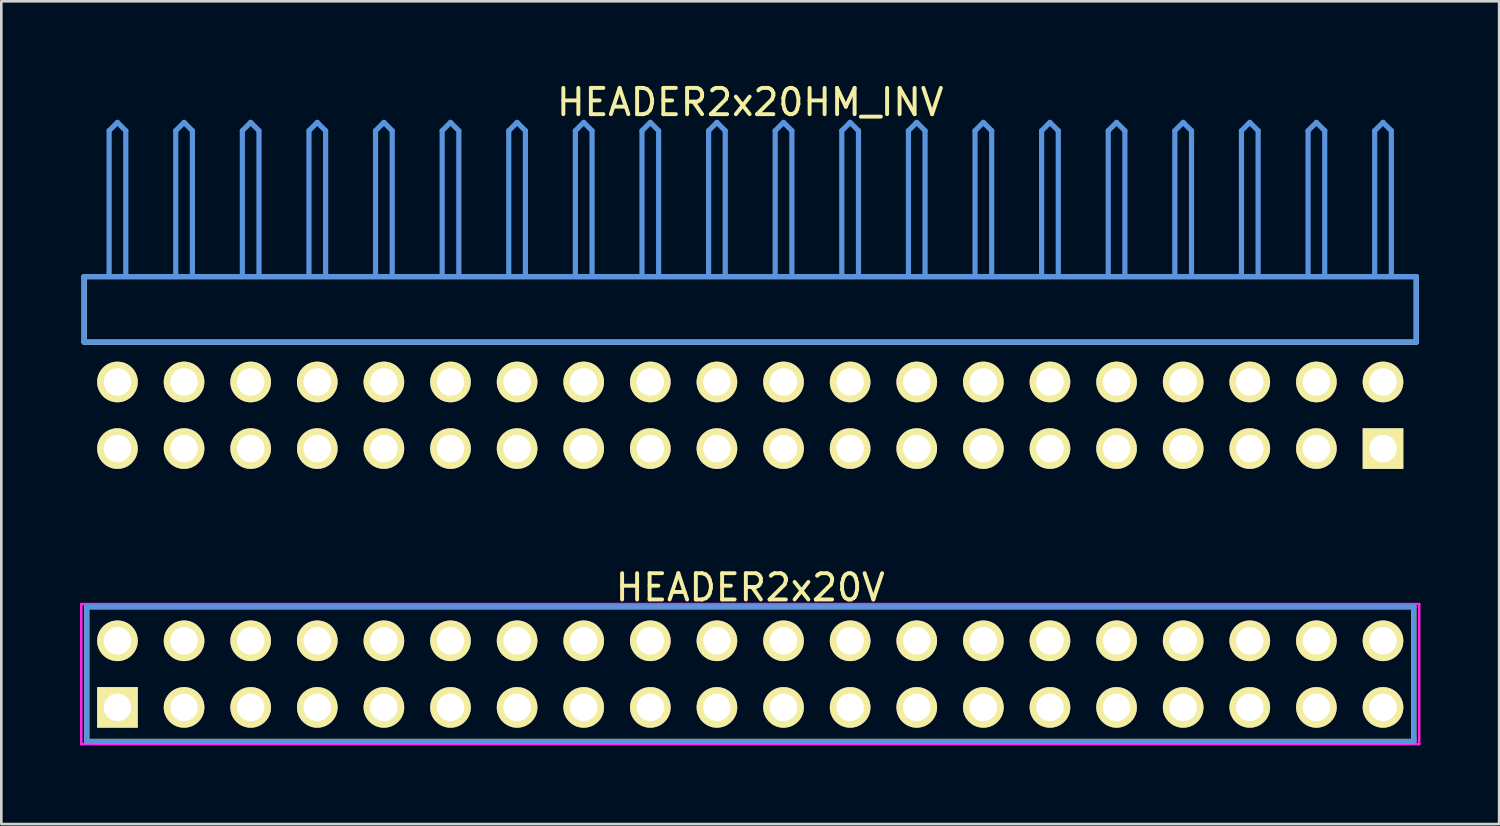
<source format=kicad_pcb>
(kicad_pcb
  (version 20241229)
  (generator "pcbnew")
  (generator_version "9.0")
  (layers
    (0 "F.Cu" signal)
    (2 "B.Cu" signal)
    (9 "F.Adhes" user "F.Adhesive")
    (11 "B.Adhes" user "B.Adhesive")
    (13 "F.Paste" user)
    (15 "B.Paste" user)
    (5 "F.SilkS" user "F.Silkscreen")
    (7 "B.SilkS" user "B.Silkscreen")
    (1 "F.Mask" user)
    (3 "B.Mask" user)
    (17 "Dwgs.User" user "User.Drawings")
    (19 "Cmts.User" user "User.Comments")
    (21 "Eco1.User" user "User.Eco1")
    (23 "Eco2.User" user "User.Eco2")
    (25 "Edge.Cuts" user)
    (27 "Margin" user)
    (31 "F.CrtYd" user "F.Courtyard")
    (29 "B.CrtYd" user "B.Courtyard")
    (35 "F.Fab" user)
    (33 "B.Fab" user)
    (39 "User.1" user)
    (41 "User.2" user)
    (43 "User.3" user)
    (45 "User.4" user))
  (footprint "HEADER2x20HM_INV"
    (layer "F.Cu")
    (at 1.429 14.056)
    (property "Reference" "HEADER2x20HM_INV" (at 24.13 -13.208 0) (layer "F.SilkS") (effects (font (size 1.001 1.001) (thickness 0.15))))
    (attr through_hole)
    (fp_line (start -1.27 -6.558) (end -1.27 -4.059) (stroke (width 0.198) (type solid)) (layer "F.SilkS"))
    (fp_line (start -1.27 -4.059) (end 49.53 -4.059) (stroke (width 0.198) (type solid)) (layer "F.SilkS"))
    (fp_line (start 49.53 -6.558) (end -1.27 -6.558) (stroke (width 0.198) (type solid)) (layer "F.SilkS"))
    (fp_line (start 49.53 -4.059) (end 49.53 -6.558) (stroke (width 0.198) (type solid)) (layer "F.SilkS"))
    (fp_line (start -1.27 -6.558) (end -1.27 -4.059) (stroke (width 0.198) (type solid)) (layer "Cmts.User"))
    (fp_line (start -1.27 -4.059) (end 49.53 -4.059) (stroke (width 0.198) (type solid)) (layer "Cmts.User"))
    (fp_line (start -0.318 -12.121) (end 0 -12.438) (stroke (width 0.198) (type solid)) (layer "Cmts.User"))
    (fp_line (start -0.318 -6.599) (end -0.318 -12.121) (stroke (width 0.198) (type solid)) (layer "Cmts.User"))
    (fp_line (start 0.318 -12.121) (end 0 -12.438) (stroke (width 0.198) (type solid)) (layer "Cmts.User"))
    (fp_line (start 0.318 -6.599) (end 0.318 -12.121) (stroke (width 0.198) (type solid)) (layer "Cmts.User"))
    (fp_line (start 2.223 -12.121) (end 2.54 -12.438) (stroke (width 0.198) (type solid)) (layer "Cmts.User"))
    (fp_line (start 2.223 -6.599) (end 2.223 -12.121) (stroke (width 0.198) (type solid)) (layer "Cmts.User"))
    (fp_line (start 2.857 -12.121) (end 2.54 -12.438) (stroke (width 0.198) (type solid)) (layer "Cmts.User"))
    (fp_line (start 2.857 -6.599) (end 2.857 -12.121) (stroke (width 0.198) (type solid)) (layer "Cmts.User"))
    (fp_line (start 4.763 -12.121) (end 5.08 -12.438) (stroke (width 0.198) (type solid)) (layer "Cmts.User"))
    (fp_line (start 4.763 -6.599) (end 4.763 -12.121) (stroke (width 0.198) (type solid)) (layer "Cmts.User"))
    (fp_line (start 5.397 -12.121) (end 5.08 -12.438) (stroke (width 0.198) (type solid)) (layer "Cmts.User"))
    (fp_line (start 5.397 -6.599) (end 5.397 -12.121) (stroke (width 0.198) (type solid)) (layer "Cmts.User"))
    (fp_line (start 7.303 -12.121) (end 7.62 -12.438) (stroke (width 0.198) (type solid)) (layer "Cmts.User"))
    (fp_line (start 7.303 -6.599) (end 7.303 -12.121) (stroke (width 0.198) (type solid)) (layer "Cmts.User"))
    (fp_line (start 7.938 -12.121) (end 7.62 -12.438) (stroke (width 0.198) (type solid)) (layer "Cmts.User"))
    (fp_line (start 7.938 -6.599) (end 7.938 -12.121) (stroke (width 0.198) (type solid)) (layer "Cmts.User"))
    (fp_line (start 9.842 -12.121) (end 10.16 -12.438) (stroke (width 0.198) (type solid)) (layer "Cmts.User"))
    (fp_line (start 9.842 -6.599) (end 9.842 -12.121) (stroke (width 0.198) (type solid)) (layer "Cmts.User"))
    (fp_line (start 10.477 -12.121) (end 10.16 -12.438) (stroke (width 0.198) (type solid)) (layer "Cmts.User"))
    (fp_line (start 10.477 -6.599) (end 10.477 -12.121) (stroke (width 0.198) (type solid)) (layer "Cmts.User"))
    (fp_line (start 12.383 -12.121) (end 12.7 -12.438) (stroke (width 0.198) (type solid)) (layer "Cmts.User"))
    (fp_line (start 12.383 -6.599) (end 12.383 -12.121) (stroke (width 0.198) (type solid)) (layer "Cmts.User"))
    (fp_line (start 13.018 -12.121) (end 12.7 -12.438) (stroke (width 0.198) (type solid)) (layer "Cmts.User"))
    (fp_line (start 13.018 -6.599) (end 13.018 -12.121) (stroke (width 0.198) (type solid)) (layer "Cmts.User"))
    (fp_line (start 14.922 -12.121) (end 15.24 -12.438) (stroke (width 0.198) (type solid)) (layer "Cmts.User"))
    (fp_line (start 14.922 -6.599) (end 14.922 -12.121) (stroke (width 0.198) (type solid)) (layer "Cmts.User"))
    (fp_line (start 15.557 -12.121) (end 15.24 -12.438) (stroke (width 0.198) (type solid)) (layer "Cmts.User"))
    (fp_line (start 15.557 -6.599) (end 15.557 -12.121) (stroke (width 0.198) (type solid)) (layer "Cmts.User"))
    (fp_line (start 17.462 -12.121) (end 17.78 -12.438) (stroke (width 0.198) (type solid)) (layer "Cmts.User"))
    (fp_line (start 17.462 -6.599) (end 17.462 -12.121) (stroke (width 0.198) (type solid)) (layer "Cmts.User"))
    (fp_line (start 18.098 -12.121) (end 17.78 -12.438) (stroke (width 0.198) (type solid)) (layer "Cmts.User"))
    (fp_line (start 18.098 -6.599) (end 18.098 -12.121) (stroke (width 0.198) (type solid)) (layer "Cmts.User"))
    (fp_line (start 20.003 -12.121) (end 20.32 -12.438) (stroke (width 0.198) (type solid)) (layer "Cmts.User"))
    (fp_line (start 20.003 -6.599) (end 20.003 -12.121) (stroke (width 0.198) (type solid)) (layer "Cmts.User"))
    (fp_line (start 20.637 -12.121) (end 20.32 -12.438) (stroke (width 0.198) (type solid)) (layer "Cmts.User"))
    (fp_line (start 20.637 -6.599) (end 20.637 -12.121) (stroke (width 0.198) (type solid)) (layer "Cmts.User"))
    (fp_line (start 22.543 -12.121) (end 22.86 -12.438) (stroke (width 0.198) (type solid)) (layer "Cmts.User"))
    (fp_line (start 22.543 -6.599) (end 22.543 -12.121) (stroke (width 0.198) (type solid)) (layer "Cmts.User"))
    (fp_line (start 23.177 -12.121) (end 22.86 -12.438) (stroke (width 0.198) (type solid)) (layer "Cmts.User"))
    (fp_line (start 23.177 -6.599) (end 23.177 -12.121) (stroke (width 0.198) (type solid)) (layer "Cmts.User"))
    (fp_line (start 25.082 -12.121) (end 25.4 -12.438) (stroke (width 0.198) (type solid)) (layer "Cmts.User"))
    (fp_line (start 25.082 -6.599) (end 25.082 -12.121) (stroke (width 0.198) (type solid)) (layer "Cmts.User"))
    (fp_line (start 25.718 -12.121) (end 25.4 -12.438) (stroke (width 0.198) (type solid)) (layer "Cmts.User"))
    (fp_line (start 25.718 -6.599) (end 25.718 -12.121) (stroke (width 0.198) (type solid)) (layer "Cmts.User"))
    (fp_line (start 27.622 -12.121) (end 27.94 -12.438) (stroke (width 0.198) (type solid)) (layer "Cmts.User"))
    (fp_line (start 27.622 -6.599) (end 27.622 -12.121) (stroke (width 0.198) (type solid)) (layer "Cmts.User"))
    (fp_line (start 28.258 -12.121) (end 27.94 -12.438) (stroke (width 0.198) (type solid)) (layer "Cmts.User"))
    (fp_line (start 28.258 -6.599) (end 28.258 -12.121) (stroke (width 0.198) (type solid)) (layer "Cmts.User"))
    (fp_line (start 30.163 -12.121) (end 30.48 -12.438) (stroke (width 0.198) (type solid)) (layer "Cmts.User"))
    (fp_line (start 30.163 -6.599) (end 30.163 -12.121) (stroke (width 0.198) (type solid)) (layer "Cmts.User"))
    (fp_line (start 30.797 -12.121) (end 30.48 -12.438) (stroke (width 0.198) (type solid)) (layer "Cmts.User"))
    (fp_line (start 30.797 -6.599) (end 30.797 -12.121) (stroke (width 0.198) (type solid)) (layer "Cmts.User"))
    (fp_line (start 32.703 -12.121) (end 33.02 -12.438) (stroke (width 0.198) (type solid)) (layer "Cmts.User"))
    (fp_line (start 32.703 -6.599) (end 32.703 -12.121) (stroke (width 0.198) (type solid)) (layer "Cmts.User"))
    (fp_line (start 33.337 -12.121) (end 33.02 -12.438) (stroke (width 0.198) (type solid)) (layer "Cmts.User"))
    (fp_line (start 33.337 -6.599) (end 33.337 -12.121) (stroke (width 0.198) (type solid)) (layer "Cmts.User"))
    (fp_line (start 35.242 -12.121) (end 35.56 -12.438) (stroke (width 0.198) (type solid)) (layer "Cmts.User"))
    (fp_line (start 35.242 -6.599) (end 35.242 -12.121) (stroke (width 0.198) (type solid)) (layer "Cmts.User"))
    (fp_line (start 35.877 -12.121) (end 35.56 -12.438) (stroke (width 0.198) (type solid)) (layer "Cmts.User"))
    (fp_line (start 35.877 -6.599) (end 35.877 -12.121) (stroke (width 0.198) (type solid)) (layer "Cmts.User"))
    (fp_line (start 37.782 -12.121) (end 38.1 -12.438) (stroke (width 0.198) (type solid)) (layer "Cmts.User"))
    (fp_line (start 37.782 -6.599) (end 37.782 -12.121) (stroke (width 0.198) (type solid)) (layer "Cmts.User"))
    (fp_line (start 38.417 -12.121) (end 38.1 -12.438) (stroke (width 0.198) (type solid)) (layer "Cmts.User"))
    (fp_line (start 38.417 -6.599) (end 38.417 -12.121) (stroke (width 0.198) (type solid)) (layer "Cmts.User"))
    (fp_line (start 40.322 -12.121) (end 40.64 -12.438) (stroke (width 0.198) (type solid)) (layer "Cmts.User"))
    (fp_line (start 40.322 -6.599) (end 40.322 -12.121) (stroke (width 0.198) (type solid)) (layer "Cmts.User"))
    (fp_line (start 40.958 -12.121) (end 40.64 -12.438) (stroke (width 0.198) (type solid)) (layer "Cmts.User"))
    (fp_line (start 40.958 -6.599) (end 40.958 -12.121) (stroke (width 0.198) (type solid)) (layer "Cmts.User"))
    (fp_line (start 42.862 -12.121) (end 43.18 -12.438) (stroke (width 0.198) (type solid)) (layer "Cmts.User"))
    (fp_line (start 42.862 -6.599) (end 42.862 -12.121) (stroke (width 0.198) (type solid)) (layer "Cmts.User"))
    (fp_line (start 43.498 -12.121) (end 43.18 -12.438) (stroke (width 0.198) (type solid)) (layer "Cmts.User"))
    (fp_line (start 43.498 -6.599) (end 43.498 -12.121) (stroke (width 0.198) (type solid)) (layer "Cmts.User"))
    (fp_line (start 45.403 -12.121) (end 45.72 -12.438) (stroke (width 0.198) (type solid)) (layer "Cmts.User"))
    (fp_line (start 45.403 -6.599) (end 45.403 -12.121) (stroke (width 0.198) (type solid)) (layer "Cmts.User"))
    (fp_line (start 46.038 -12.121) (end 45.72 -12.438) (stroke (width 0.198) (type solid)) (layer "Cmts.User"))
    (fp_line (start 46.038 -6.599) (end 46.038 -12.121) (stroke (width 0.198) (type solid)) (layer "Cmts.User"))
    (fp_line (start 47.943 -12.121) (end 48.26 -12.438) (stroke (width 0.198) (type solid)) (layer "Cmts.User"))
    (fp_line (start 47.943 -6.599) (end 47.943 -12.121) (stroke (width 0.198) (type solid)) (layer "Cmts.User"))
    (fp_line (start 48.578 -12.121) (end 48.26 -12.438) (stroke (width 0.198) (type solid)) (layer "Cmts.User"))
    (fp_line (start 48.578 -6.599) (end 48.578 -12.121) (stroke (width 0.198) (type solid)) (layer "Cmts.User"))
    (fp_line (start 49.53 -6.558) (end -1.27 -6.558) (stroke (width 0.198) (type solid)) (layer "Cmts.User"))
    (fp_line (start 49.53 -4.059) (end 49.53 -6.558) (stroke (width 0.198) (type solid)) (layer "Cmts.User"))
    (fp_line (start -1.379 -12.54) (end 49.639 -12.54) (stroke (width 0.099) (type solid)) (layer "Eco1.User"))
    (fp_line (start -1.379 1.4) (end -1.379 -12.54) (stroke (width 0.099) (type solid)) (layer "Eco1.User"))
    (fp_line (start 49.639 -12.54) (end 49.639 1.4) (stroke (width 0.099) (type solid)) (layer "Eco1.User"))
    (fp_line (start 49.639 1.4) (end -1.379 1.4) (stroke (width 0.099) (type solid)) (layer "Eco1.User"))
    (pad "1" thru_hole rect (at 48.26 0) (size 1.549 1.549) (drill 1.049) (layers "*.Cu" "*.Mask" "F.SilkS"))
    (pad "2" thru_hole circle (at 48.26 -2.54) (size 1.549 1.549) (drill 1.049) (layers "*.Cu" "*.Mask" "F.SilkS"))
    (pad "3" thru_hole circle (at 45.72 0) (size 1.549 1.549) (drill 1.049) (layers "*.Cu" "*.Mask" "F.SilkS"))
    (pad "4" thru_hole circle (at 45.72 -2.54) (size 1.549 1.549) (drill 1.049) (layers "*.Cu" "*.Mask" "F.SilkS"))
    (pad "5" thru_hole circle (at 43.18 0) (size 1.549 1.549) (drill 1.049) (layers "*.Cu" "*.Mask" "F.SilkS"))
    (pad "6" thru_hole circle (at 43.18 -2.54) (size 1.549 1.549) (drill 1.049) (layers "*.Cu" "*.Mask" "F.SilkS"))
    (pad "7" thru_hole circle (at 40.64 0) (size 1.549 1.549) (drill 1.049) (layers "*.Cu" "*.Mask" "F.SilkS"))
    (pad "8" thru_hole circle (at 40.64 -2.54) (size 1.549 1.549) (drill 1.049) (layers "*.Cu" "*.Mask" "F.SilkS"))
    (pad "9" thru_hole circle (at 38.1 0) (size 1.549 1.549) (drill 1.049) (layers "*.Cu" "*.Mask" "F.SilkS"))
    (pad "10" thru_hole circle (at 38.1 -2.54) (size 1.549 1.549) (drill 1.049) (layers "*.Cu" "*.Mask" "F.SilkS"))
    (pad "11" thru_hole circle (at 35.56 0) (size 1.549 1.549) (drill 1.049) (layers "*.Cu" "*.Mask" "F.SilkS"))
    (pad "12" thru_hole circle (at 35.56 -2.54) (size 1.549 1.549) (drill 1.049) (layers "*.Cu" "*.Mask" "F.SilkS"))
    (pad "13" thru_hole circle (at 33.02 0) (size 1.549 1.549) (drill 1.049) (layers "*.Cu" "*.Mask" "F.SilkS"))
    (pad "14" thru_hole circle (at 33.02 -2.54) (size 1.549 1.549) (drill 1.049) (layers "*.Cu" "*.Mask" "F.SilkS"))
    (pad "15" thru_hole circle (at 30.48 0) (size 1.549 1.549) (drill 1.049) (layers "*.Cu" "*.Mask" "F.SilkS"))
    (pad "16" thru_hole circle (at 30.48 -2.54) (size 1.549 1.549) (drill 1.049) (layers "*.Cu" "*.Mask" "F.SilkS"))
    (pad "17" thru_hole circle (at 27.94 0) (size 1.549 1.549) (drill 1.049) (layers "*.Cu" "*.Mask" "F.SilkS"))
    (pad "18" thru_hole circle (at 27.94 -2.54) (size 1.549 1.549) (drill 1.049) (layers "*.Cu" "*.Mask" "F.SilkS"))
    (pad "19" thru_hole circle (at 25.4 0) (size 1.549 1.549) (drill 1.049) (layers "*.Cu" "*.Mask" "F.SilkS"))
    (pad "20" thru_hole circle (at 25.4 -2.54) (size 1.549 1.549) (drill 1.049) (layers "*.Cu" "*.Mask" "F.SilkS"))
    (pad "21" thru_hole circle (at 22.86 0) (size 1.549 1.549) (drill 1.049) (layers "*.Cu" "*.Mask" "F.SilkS"))
    (pad "22" thru_hole circle (at 22.86 -2.54) (size 1.549 1.549) (drill 1.049) (layers "*.Cu" "*.Mask" "F.SilkS"))
    (pad "23" thru_hole circle (at 20.32 0) (size 1.549 1.549) (drill 1.049) (layers "*.Cu" "*.Mask" "F.SilkS"))
    (pad "24" thru_hole circle (at 20.32 -2.54) (size 1.549 1.549) (drill 1.049) (layers "*.Cu" "*.Mask" "F.SilkS"))
    (pad "25" thru_hole circle (at 17.78 0) (size 1.549 1.549) (drill 1.049) (layers "*.Cu" "*.Mask" "F.SilkS"))
    (pad "26" thru_hole circle (at 17.78 -2.54) (size 1.549 1.549) (drill 1.049) (layers "*.Cu" "*.Mask" "F.SilkS"))
    (pad "27" thru_hole circle (at 15.24 0) (size 1.549 1.549) (drill 1.049) (layers "*.Cu" "*.Mask" "F.SilkS"))
    (pad "28" thru_hole circle (at 15.24 -2.54) (size 1.549 1.549) (drill 1.049) (layers "*.Cu" "*.Mask" "F.SilkS"))
    (pad "29" thru_hole circle (at 12.7 0) (size 1.549 1.549) (drill 1.049) (layers "*.Cu" "*.Mask" "F.SilkS"))
    (pad "30" thru_hole circle (at 12.7 -2.54) (size 1.549 1.549) (drill 1.049) (layers "*.Cu" "*.Mask" "F.SilkS"))
    (pad "31" thru_hole circle (at 10.16 0) (size 1.549 1.549) (drill 1.049) (layers "*.Cu" "*.Mask" "F.SilkS"))
    (pad "32" thru_hole circle (at 10.16 -2.54) (size 1.549 1.549) (drill 1.049) (layers "*.Cu" "*.Mask" "F.SilkS"))
    (pad "33" thru_hole circle (at 7.62 0) (size 1.549 1.549) (drill 1.049) (layers "*.Cu" "*.Mask" "F.SilkS"))
    (pad "34" thru_hole circle (at 7.62 -2.54) (size 1.549 1.549) (drill 1.049) (layers "*.Cu" "*.Mask" "F.SilkS"))
    (pad "35" thru_hole circle (at 5.08 0) (size 1.549 1.549) (drill 1.049) (layers "*.Cu" "*.Mask" "F.SilkS"))
    (pad "36" thru_hole circle (at 5.08 -2.54) (size 1.549 1.549) (drill 1.049) (layers "*.Cu" "*.Mask" "F.SilkS"))
    (pad "37" thru_hole circle (at 2.54 0) (size 1.549 1.549) (drill 1.049) (layers "*.Cu" "*.Mask" "F.SilkS"))
    (pad "38" thru_hole circle (at 2.54 -2.54) (size 1.549 1.549) (drill 1.049) (layers "*.Cu" "*.Mask" "F.SilkS"))
    (pad "39" thru_hole circle (at 0 0) (size 1.549 1.549) (drill 1.049) (layers "*.Cu" "*.Mask" "F.SilkS"))
    (pad "40" thru_hole circle (at 0 -2.54) (size 1.549 1.549) (drill 1.049) (layers "*.Cu" "*.Mask" "F.SilkS")))
  (footprint "HEADER2x20V"
    (layer "F.Cu")
    (at 1.429 23.926)
    (property "Reference" "HEADER2x20V" (at 24.13 -4.572 0) (layer "F.SilkS") (effects (font (size 1.001 1.001) (thickness 0.15))))
    (attr through_hole)
    (fp_line (start -1.173 -3.838) (end -1.173 1.298) (stroke (width 0.198) (type solid)) (layer "F.SilkS"))
    (fp_line (start -1.173 1.298) (end 49.433 1.298) (stroke (width 0.198) (type solid)) (layer "F.SilkS"))
    (fp_line (start 49.433 -3.838) (end -1.173 -3.838) (stroke (width 0.198) (type solid)) (layer "F.SilkS"))
    (fp_line (start 49.433 1.298) (end 49.433 -3.838) (stroke (width 0.198) (type solid)) (layer "F.SilkS"))
    (fp_line (start -1.173 -3.838) (end -1.173 1.298) (stroke (width 0.198) (type solid)) (layer "Cmts.User"))
    (fp_line (start -1.173 1.298) (end 49.433 1.298) (stroke (width 0.198) (type solid)) (layer "Cmts.User"))
    (fp_line (start 49.433 -3.838) (end -1.173 -3.838) (stroke (width 0.198) (type solid)) (layer "Cmts.User"))
    (fp_line (start 49.433 1.298) (end 49.433 -3.838) (stroke (width 0.198) (type solid)) (layer "Cmts.User"))
    (fp_line (start -1.379 -3.94) (end -1.379 1.4) (stroke (width 0.099) (type solid)) (layer "F.CrtYd"))
    (fp_line (start -1.379 1.4) (end 49.639 1.4) (stroke (width 0.099) (type solid)) (layer "F.CrtYd"))
    (fp_line (start 49.639 -3.94) (end -1.379 -3.94) (stroke (width 0.099) (type solid)) (layer "F.CrtYd"))
    (fp_line (start 49.639 1.4) (end 49.639 -3.94) (stroke (width 0.099) (type solid)) (layer "F.CrtYd"))
    (pad "1" thru_hole rect (at 0 0) (size 1.549 1.549) (drill 1.049) (layers "*.Cu" "*.Mask" "F.SilkS"))
    (pad "2" thru_hole circle (at 0 -2.54) (size 1.549 1.549) (drill 1.049) (layers "*.Cu" "*.Mask" "F.SilkS"))
    (pad "3" thru_hole circle (at 2.54 0) (size 1.549 1.549) (drill 1.049) (layers "*.Cu" "*.Mask" "F.SilkS"))
    (pad "4" thru_hole circle (at 2.54 -2.54) (size 1.549 1.549) (drill 1.049) (layers "*.Cu" "*.Mask" "F.SilkS"))
    (pad "5" thru_hole circle (at 5.08 0) (size 1.549 1.549) (drill 1.049) (layers "*.Cu" "*.Mask" "F.SilkS"))
    (pad "6" thru_hole circle (at 5.08 -2.54) (size 1.549 1.549) (drill 1.049) (layers "*.Cu" "*.Mask" "F.SilkS"))
    (pad "7" thru_hole circle (at 7.62 0) (size 1.549 1.549) (drill 1.049) (layers "*.Cu" "*.Mask" "F.SilkS"))
    (pad "8" thru_hole circle (at 7.62 -2.54) (size 1.549 1.549) (drill 1.049) (layers "*.Cu" "*.Mask" "F.SilkS"))
    (pad "9" thru_hole circle (at 10.16 0) (size 1.549 1.549) (drill 1.049) (layers "*.Cu" "*.Mask" "F.SilkS"))
    (pad "10" thru_hole circle (at 10.16 -2.54) (size 1.549 1.549) (drill 1.049) (layers "*.Cu" "*.Mask" "F.SilkS"))
    (pad "11" thru_hole circle (at 12.7 0) (size 1.549 1.549) (drill 1.049) (layers "*.Cu" "*.Mask" "F.SilkS"))
    (pad "12" thru_hole circle (at 12.7 -2.54) (size 1.549 1.549) (drill 1.049) (layers "*.Cu" "*.Mask" "F.SilkS"))
    (pad "13" thru_hole circle (at 15.24 0) (size 1.549 1.549) (drill 1.049) (layers "*.Cu" "*.Mask" "F.SilkS"))
    (pad "14" thru_hole circle (at 15.24 -2.54) (size 1.549 1.549) (drill 1.049) (layers "*.Cu" "*.Mask" "F.SilkS"))
    (pad "15" thru_hole circle (at 17.78 0) (size 1.549 1.549) (drill 1.049) (layers "*.Cu" "*.Mask" "F.SilkS"))
    (pad "16" thru_hole circle (at 17.78 -2.54) (size 1.549 1.549) (drill 1.049) (layers "*.Cu" "*.Mask" "F.SilkS"))
    (pad "17" thru_hole circle (at 20.32 0) (size 1.549 1.549) (drill 1.049) (layers "*.Cu" "*.Mask" "F.SilkS"))
    (pad "18" thru_hole circle (at 20.32 -2.54) (size 1.549 1.549) (drill 1.049) (layers "*.Cu" "*.Mask" "F.SilkS"))
    (pad "19" thru_hole circle (at 22.86 0) (size 1.549 1.549) (drill 1.049) (layers "*.Cu" "*.Mask" "F.SilkS"))
    (pad "20" thru_hole circle (at 22.86 -2.54) (size 1.549 1.549) (drill 1.049) (layers "*.Cu" "*.Mask" "F.SilkS"))
    (pad "21" thru_hole circle (at 25.4 0) (size 1.549 1.549) (drill 1.049) (layers "*.Cu" "*.Mask" "F.SilkS"))
    (pad "22" thru_hole circle (at 25.4 -2.54) (size 1.549 1.549) (drill 1.049) (layers "*.Cu" "*.Mask" "F.SilkS"))
    (pad "23" thru_hole circle (at 27.94 0) (size 1.549 1.549) (drill 1.049) (layers "*.Cu" "*.Mask" "F.SilkS"))
    (pad "24" thru_hole circle (at 27.94 -2.54) (size 1.549 1.549) (drill 1.049) (layers "*.Cu" "*.Mask" "F.SilkS"))
    (pad "25" thru_hole circle (at 30.48 0) (size 1.549 1.549) (drill 1.049) (layers "*.Cu" "*.Mask" "F.SilkS"))
    (pad "26" thru_hole circle (at 30.48 -2.54) (size 1.549 1.549) (drill 1.049) (layers "*.Cu" "*.Mask" "F.SilkS"))
    (pad "27" thru_hole circle (at 33.02 0) (size 1.549 1.549) (drill 1.049) (layers "*.Cu" "*.Mask" "F.SilkS"))
    (pad "28" thru_hole circle (at 33.02 -2.54) (size 1.549 1.549) (drill 1.049) (layers "*.Cu" "*.Mask" "F.SilkS"))
    (pad "29" thru_hole circle (at 35.56 0) (size 1.549 1.549) (drill 1.049) (layers "*.Cu" "*.Mask" "F.SilkS"))
    (pad "30" thru_hole circle (at 35.56 -2.54) (size 1.549 1.549) (drill 1.049) (layers "*.Cu" "*.Mask" "F.SilkS"))
    (pad "31" thru_hole circle (at 38.1 0) (size 1.549 1.549) (drill 1.049) (layers "*.Cu" "*.Mask" "F.SilkS"))
    (pad "32" thru_hole circle (at 38.1 -2.54) (size 1.549 1.549) (drill 1.049) (layers "*.Cu" "*.Mask" "F.SilkS"))
    (pad "33" thru_hole circle (at 40.64 0) (size 1.549 1.549) (drill 1.049) (layers "*.Cu" "*.Mask" "F.SilkS"))
    (pad "34" thru_hole circle (at 40.64 -2.54) (size 1.549 1.549) (drill 1.049) (layers "*.Cu" "*.Mask" "F.SilkS"))
    (pad "35" thru_hole circle (at 43.18 0) (size 1.549 1.549) (drill 1.049) (layers "*.Cu" "*.Mask" "F.SilkS"))
    (pad "36" thru_hole circle (at 43.18 -2.54) (size 1.549 1.549) (drill 1.049) (layers "*.Cu" "*.Mask" "F.SilkS"))
    (pad "37" thru_hole circle (at 45.72 0) (size 1.549 1.549) (drill 1.049) (layers "*.Cu" "*.Mask" "F.SilkS"))
    (pad "38" thru_hole circle (at 45.72 -2.54) (size 1.549 1.549) (drill 1.049) (layers "*.Cu" "*.Mask" "F.SilkS"))
    (pad "39" thru_hole circle (at 48.26 0) (size 1.549 1.549) (drill 1.049) (layers "*.Cu" "*.Mask" "F.SilkS"))
    (pad "40" thru_hole circle (at 48.26 -2.54) (size 1.549 1.549) (drill 1.049) (layers "*.Cu" "*.Mask" "F.SilkS")))
  (gr_rect
    (start -3 -3)
    (end 54.117 28.375)
    (stroke (width 0.1) (type default))
    (fill no)
    (layer "Edge.Cuts")))
</source>
